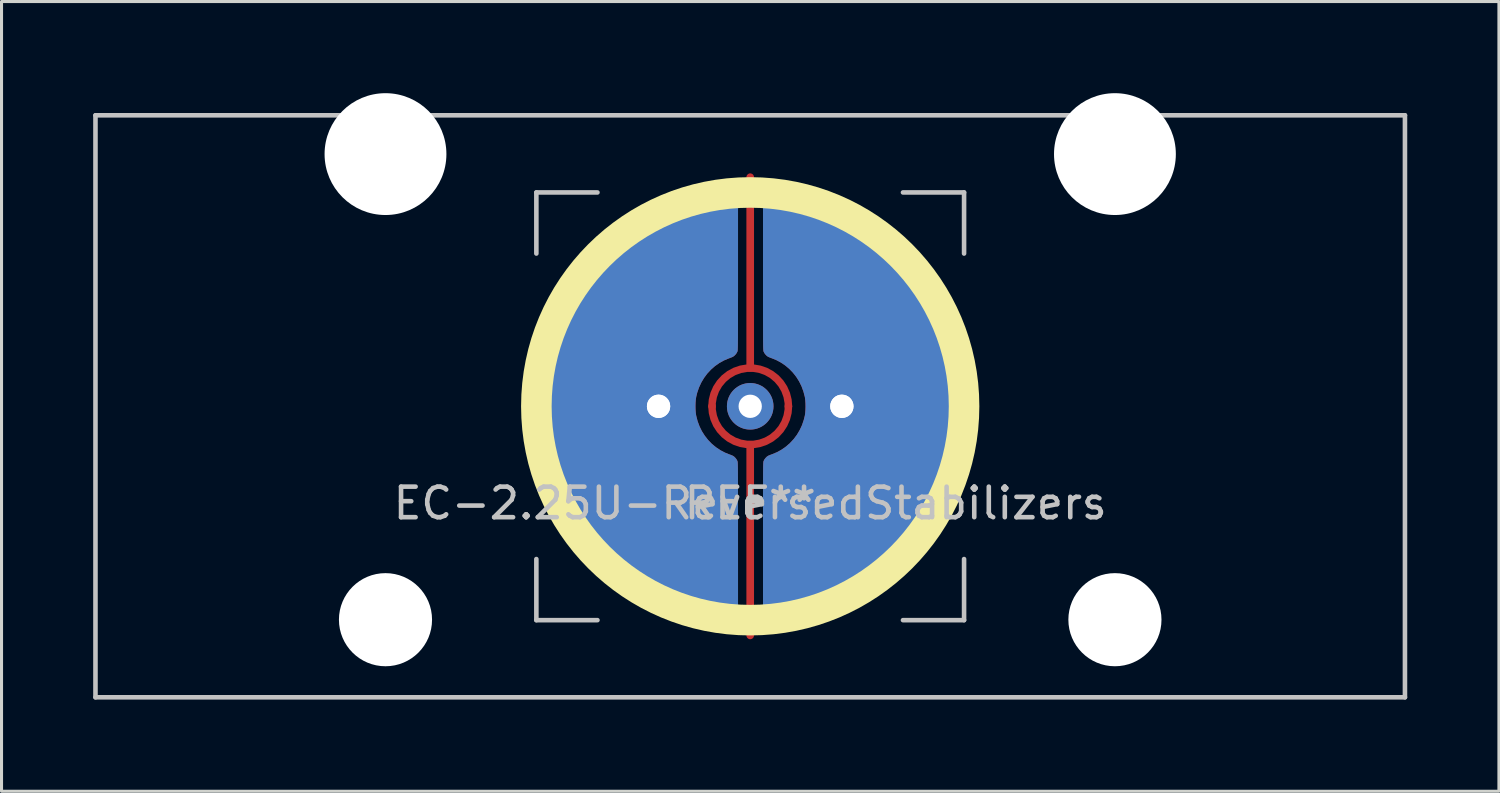
<source format=kicad_pcb>
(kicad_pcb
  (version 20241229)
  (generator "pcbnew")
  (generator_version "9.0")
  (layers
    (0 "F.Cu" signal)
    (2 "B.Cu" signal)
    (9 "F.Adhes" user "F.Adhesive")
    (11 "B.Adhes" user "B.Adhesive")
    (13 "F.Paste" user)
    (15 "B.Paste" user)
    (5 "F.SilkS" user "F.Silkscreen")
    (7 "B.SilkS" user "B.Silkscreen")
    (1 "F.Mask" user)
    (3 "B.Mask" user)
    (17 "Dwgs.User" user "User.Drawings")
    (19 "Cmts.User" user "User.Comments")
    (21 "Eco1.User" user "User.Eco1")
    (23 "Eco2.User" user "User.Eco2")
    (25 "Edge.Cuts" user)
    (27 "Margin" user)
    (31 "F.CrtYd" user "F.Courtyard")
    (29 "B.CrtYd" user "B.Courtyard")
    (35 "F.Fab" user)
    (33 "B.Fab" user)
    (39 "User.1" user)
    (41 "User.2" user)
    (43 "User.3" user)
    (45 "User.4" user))
  (footprint "EC-2.25U-ReversedStabilizers"
    (layer "F.Cu")
    (at 21.506 10.249)
    (property "Reference" "EC-2.25U-ReversedStabilizers" (at 0 3.175 0) (layer "Dwgs.User") (effects (font (size 1 1) (thickness 0.15))))
    (attr through_hole)
    (fp_circle (center 0 0) (end 7 0) (stroke (width 1) (type solid)) (fill no) (layer "F.SilkS"))
    (fp_line (start -21.431 -9.525) (end 21.431 -9.525) (stroke (width 0.15) (type solid)) (layer "Dwgs.User"))
    (fp_line (start -21.431 9.525) (end -21.431 -9.525) (stroke (width 0.15) (type solid)) (layer "Dwgs.User"))
    (fp_line (start -21.431 9.525) (end 21.431 9.525) (stroke (width 0.15) (type solid)) (layer "Dwgs.User"))
    (fp_line (start -7 -7) (end -7 -5) (stroke (width 0.15) (type solid)) (layer "Dwgs.User"))
    (fp_line (start -7 5) (end -7 7) (stroke (width 0.15) (type solid)) (layer "Dwgs.User"))
    (fp_line (start -7 7) (end -5 7) (stroke (width 0.15) (type solid)) (layer "Dwgs.User"))
    (fp_line (start -5 -7) (end -7 -7) (stroke (width 0.15) (type solid)) (layer "Dwgs.User"))
    (fp_line (start 5 -7) (end 7 -7) (stroke (width 0.15) (type solid)) (layer "Dwgs.User"))
    (fp_line (start 5 7) (end 7 7) (stroke (width 0.15) (type solid)) (layer "Dwgs.User"))
    (fp_line (start 7 -7) (end 7 -5) (stroke (width 0.15) (type solid)) (layer "Dwgs.User"))
    (fp_line (start 7 7) (end 7 5) (stroke (width 0.15) (type solid)) (layer "Dwgs.User"))
    (fp_line (start 21.431 -9.525) (end 21.431 9.525) (stroke (width 0.15) (type solid)) (layer "Dwgs.User"))
    (fp_text user "REF**" (at 0 3.175 0) (layer "Dwgs.User") (effects (font (size 1 1) (thickness 0.15))))
    (pad "" np_thru_hole circle (at -11.938 -8.255) (size 3.988 3.988) (drill 3.988) (layers "*.Cu" "*.Mask"))
    (pad "" np_thru_hole circle (at -11.938 6.985) (size 3.048 3.048) (drill 3.048) (layers "*.Cu" "*.Mask"))
    (pad "" thru_hole circle (at 0 0) (size 1.524 1.524) (drill 0.762) (layers "*.Cu" "B.Mask"))
    (pad "" np_thru_hole circle (at 11.938 -8.255) (size 3.988 3.988) (drill 3.988) (layers "*.Cu" "*.Mask"))
    (pad "" np_thru_hole circle (at 11.938 6.985) (size 3.048 3.048) (drill 3.048) (layers "*.Cu" "*.Mask"))
    (pad "1" thru_hole circle (at 3 0) (size 1.524 1.524) (drill 0.762) (layers "*.Cu" "B.Mask"))
    (pad "1" thru_hole custom (at 3 0) (size 1.524 1.524) (drill 0.762) (layers "F.Cu") (options (anchor circle)) (primitives (gr_poly (pts (xy -2.241 -7.099) (xy -2.176 -7.096) (xy -2.094 -7.089) (xy -2 -7.079) (xy -1.895 -7.065) (xy -1.782 -7.048) (xy -1.666 -7.029) (xy -1.548 -7.008) (xy -1.432 -6.986) (xy -1.322 -6.963) (xy -1.28 -6.954) (xy -0.92 -6.863) (xy -0.564 -6.752) (xy -0.215 -6.623) (xy 0.128 -6.476) (xy 0.463 -6.311) (xy 0.789 -6.128) (xy 1.105 -5.929) (xy 1.411 -5.714) (xy 1.672 -5.51) (xy 1.875 -5.335) (xy 2.079 -5.146) (xy 2.279 -4.947) (xy 2.47 -4.741) (xy 2.649 -4.534) (xy 2.719 -4.449) (xy 2.944 -4.151) (xy 3.153 -3.842) (xy 3.345 -3.522) (xy 3.521 -3.193) (xy 3.679 -2.855) (xy 3.82 -2.51) (xy 3.942 -2.157) (xy 4.046 -1.8) (xy 4.13 -1.437) (xy 4.148 -1.346) (xy 4.21 -0.973) (xy 4.251 -0.599) (xy 4.273 -0.225) (xy 4.275 0.149) (xy 4.257 0.523) (xy 4.22 0.895) (xy 4.163 1.264) (xy 4.087 1.631) (xy 3.992 1.993) (xy 3.877 2.351) (xy 3.758 2.668) (xy 3.608 3.015) (xy 3.44 3.352) (xy 3.254 3.679) (xy 3.051 3.997) (xy 2.83 4.305) (xy 2.593 4.602) (xy 2.514 4.694) (xy 2.461 4.753) (xy 2.397 4.822) (xy 2.324 4.899) (xy 2.246 4.979) (xy 2.166 5.059) (xy 2.087 5.137) (xy 2.013 5.209) (xy 1.946 5.272) (xy 1.917 5.298) (xy 1.631 5.543) (xy 1.334 5.771) (xy 1.026 5.982) (xy 0.707 6.177) (xy 0.379 6.354) (xy 0.042 6.515) (xy -0.302 6.657) (xy -0.654 6.781) (xy -1.013 6.887) (xy -1.377 6.975) (xy -1.747 7.043) (xy -1.971 7.074) (xy -2.07 7.086) (xy -2.151 7.094) (xy -2.216 7.099) (xy -2.267 7.101) (xy -2.305 7.099) (xy -2.329 7.095) (xy -2.403 7.067) (xy -2.468 7.021) (xy -2.522 6.962) (xy -2.555 6.907) (xy -2.581 6.85) (xy -2.581 4.348) (xy -2.581 4.084) (xy -2.581 3.838) (xy -2.581 3.612) (xy -2.581 3.403) (xy -2.581 3.211) (xy -2.581 3.035) (xy -2.581 2.875) (xy -2.58 2.729) (xy -2.58 2.598) (xy -2.58 2.48) (xy -2.58 2.375) (xy -2.579 2.281) (xy -2.579 2.199) (xy -2.578 2.126) (xy -2.577 2.064) (xy -2.577 2.01) (xy -2.576 1.964) (xy -2.575 1.926) (xy -2.574 1.894) (xy -2.573 1.869) (xy -2.571 1.848) (xy -2.57 1.832) (xy -2.569 1.819) (xy -2.567 1.809) (xy -2.565 1.801) (xy -2.563 1.795) (xy -2.563 1.794) (xy -2.54 1.747) (xy -2.504 1.698) (xy -2.463 1.655) (xy -2.42 1.624) (xy -2.414 1.62) (xy -2.386 1.608) (xy -2.347 1.592) (xy -2.303 1.575) (xy -2.288 1.57) (xy -2.124 1.502) (xy -1.971 1.417) (xy -1.827 1.316) (xy -1.696 1.2) (xy -1.577 1.072) (xy -1.471 0.931) (xy -1.381 0.779) (xy -1.305 0.617) (xy -1.247 0.446) (xy -1.213 0.31) (xy -1.2 0.221) (xy -1.192 0.119) (xy -1.189 0.011) (xy -1.191 -0.098) (xy -1.198 -0.202) (xy -1.21 -0.293) (xy -1.213 -0.31) (xy -1.259 -0.486) (xy -1.321 -0.655) (xy -1.4 -0.815) (xy -1.494 -0.964) (xy -1.603 -1.102) (xy -1.725 -1.228) (xy -1.859 -1.34) (xy -2.005 -1.437) (xy -2.161 -1.519) (xy -2.288 -1.57) (xy -2.332 -1.586) (xy -2.374 -1.603) (xy -2.407 -1.617) (xy -2.414 -1.62) (xy -2.456 -1.649) (xy -2.498 -1.691) (xy -2.535 -1.739) (xy -2.56 -1.787) (xy -2.563 -1.794) (xy -2.565 -1.8) (xy -2.567 -1.808) (xy -2.568 -1.817) (xy -2.57 -1.829) (xy -2.571 -1.845) (xy -2.572 -1.865) (xy -2.574 -1.89) (xy -2.575 -1.921) (xy -2.576 -1.958) (xy -2.577 -2.002) (xy -2.577 -2.054) (xy -2.578 -2.116) (xy -2.579 -2.186) (xy -2.579 -2.267) (xy -2.579 -2.359) (xy -2.58 -2.462) (xy -2.58 -2.578) (xy -2.58 -2.707) (xy -2.581 -2.85) (xy -2.581 -3.008) (xy -2.581 -3.181) (xy -2.581 -3.37) (xy -2.581 -3.576) (xy -2.581 -3.8) (xy -2.581 -4.042) (xy -2.581 -4.304) (xy -2.581 -4.349) (xy -2.581 -6.851) (xy -2.548 -6.917) (xy -2.51 -6.98) (xy -2.463 -7.028) (xy -2.402 -7.067) (xy -2.386 -7.074) (xy -2.355 -7.088) (xy -2.327 -7.095) (xy -2.294 -7.099) (xy -2.249 -7.099) (xy -2.241 -7.099)) (width 0) (fill yes))))
    (pad "2" thru_hole circle (at -3 0) (size 1.524 1.524) (drill 0.762) (layers "*.Cu" "B.Mask"))
    (pad "2" thru_hole custom (at -3 0) (size 1.524 1.524) (drill 0.762) (layers "F.Cu") (options (anchor circle)) (primitives (gr_poly (pts (xy 2.26 7.099) (xy 2.195 7.096) (xy 2.114 7.089) (xy 2.019 7.079) (xy 1.914 7.065) (xy 1.802 7.048) (xy 1.685 7.029) (xy 1.568 7.008) (xy 1.452 6.986) (xy 1.341 6.963) (xy 1.3 6.954) (xy 0.939 6.863) (xy 0.584 6.752) (xy 0.234 6.623) (xy -0.109 6.476) (xy -0.444 6.311) (xy -0.77 6.128) (xy -1.086 5.929) (xy -1.392 5.714) (xy -1.653 5.51) (xy -1.856 5.335) (xy -2.06 5.146) (xy -2.259 4.947) (xy -2.451 4.741) (xy -2.63 4.534) (xy -2.7 4.449) (xy -2.924 4.151) (xy -3.133 3.842) (xy -3.326 3.522) (xy -3.501 3.193) (xy -3.66 2.855) (xy -3.8 2.51) (xy -3.923 2.157) (xy -4.026 1.8) (xy -4.111 1.437) (xy -4.129 1.346) (xy -4.19 0.973) (xy -4.231 0.599) (xy -4.253 0.225) (xy -4.255 -0.149) (xy -4.237 -0.523) (xy -4.2 -0.895) (xy -4.144 -1.264) (xy -4.068 -1.631) (xy -3.973 -1.993) (xy -3.858 -2.351) (xy -3.739 -2.668) (xy -3.588 -3.015) (xy -3.42 -3.352) (xy -3.234 -3.679) (xy -3.031 -3.997) (xy -2.811 -4.305) (xy -2.573 -4.602) (xy -2.495 -4.694) (xy -2.442 -4.753) (xy -2.378 -4.822) (xy -2.305 -4.899) (xy -2.227 -4.979) (xy -2.147 -5.059) (xy -2.068 -5.137) (xy -1.994 -5.209) (xy -1.927 -5.272) (xy -1.898 -5.298) (xy -1.612 -5.543) (xy -1.314 -5.771) (xy -1.006 -5.982) (xy -0.688 -6.177) (xy -0.36 -6.354) (xy -0.023 -6.515) (xy 0.322 -6.657) (xy 0.674 -6.781) (xy 1.032 -6.887) (xy 1.397 -6.975) (xy 1.766 -7.043) (xy 1.99 -7.074) (xy 2.089 -7.086) (xy 2.171 -7.094) (xy 2.236 -7.099) (xy 2.287 -7.101) (xy 2.324 -7.099) (xy 2.348 -7.095) (xy 2.422 -7.067) (xy 2.488 -7.021) (xy 2.542 -6.962) (xy 2.574 -6.907) (xy 2.601 -6.85) (xy 2.601 -4.348) (xy 2.601 -4.084) (xy 2.601 -3.838) (xy 2.601 -3.612) (xy 2.6 -3.403) (xy 2.6 -3.211) (xy 2.6 -3.035) (xy 2.6 -2.875) (xy 2.6 -2.729) (xy 2.6 -2.598) (xy 2.599 -2.48) (xy 2.599 -2.375) (xy 2.599 -2.281) (xy 2.598 -2.199) (xy 2.597 -2.126) (xy 2.597 -2.064) (xy 2.596 -2.01) (xy 2.595 -1.964) (xy 2.594 -1.926) (xy 2.593 -1.894) (xy 2.592 -1.869) (xy 2.591 -1.848) (xy 2.589 -1.832) (xy 2.588 -1.819) (xy 2.586 -1.809) (xy 2.585 -1.801) (xy 2.583 -1.795) (xy 2.582 -1.794) (xy 2.559 -1.747) (xy 2.524 -1.698) (xy 2.482 -1.655) (xy 2.44 -1.624) (xy 2.434 -1.62) (xy 2.406 -1.608) (xy 2.366 -1.592) (xy 2.322 -1.575) (xy 2.307 -1.57) (xy 2.144 -1.502) (xy 1.99 -1.417) (xy 1.847 -1.316) (xy 1.715 -1.2) (xy 1.596 -1.072) (xy 1.491 -0.931) (xy 1.4 -0.779) (xy 1.325 -0.617) (xy 1.266 -0.446) (xy 1.233 -0.31) (xy 1.219 -0.221) (xy 1.211 -0.119) (xy 1.208 -0.011) (xy 1.21 0.098) (xy 1.217 0.202) (xy 1.23 0.293) (xy 1.233 0.31) (xy 1.278 0.486) (xy 1.341 0.655) (xy 1.419 0.815) (xy 1.514 0.964) (xy 1.622 1.102) (xy 1.744 1.228) (xy 1.879 1.34) (xy 2.024 1.437) (xy 2.181 1.519) (xy 2.307 1.57) (xy 2.352 1.586) (xy 2.394 1.603) (xy 2.426 1.617) (xy 2.434 1.62) (xy 2.476 1.649) (xy 2.518 1.691) (xy 2.554 1.739) (xy 2.58 1.787) (xy 2.582 1.794) (xy 2.584 1.8) (xy 2.586 1.808) (xy 2.588 1.817) (xy 2.589 1.829) (xy 2.591 1.845) (xy 2.592 1.865) (xy 2.593 1.89) (xy 2.594 1.921) (xy 2.595 1.958) (xy 2.596 2.002) (xy 2.597 2.054) (xy 2.597 2.116) (xy 2.598 2.186) (xy 2.598 2.267) (xy 2.599 2.359) (xy 2.599 2.462) (xy 2.6 2.578) (xy 2.6 2.707) (xy 2.6 2.85) (xy 2.6 3.008) (xy 2.6 3.181) (xy 2.6 3.37) (xy 2.601 3.576) (xy 2.601 3.8) (xy 2.601 4.042) (xy 2.601 4.304) (xy 2.601 4.349) (xy 2.601 6.851) (xy 2.568 6.917) (xy 2.53 6.98) (xy 2.483 7.028) (xy 2.422 7.067) (xy 2.406 7.074) (xy 2.375 7.088) (xy 2.346 7.095) (xy 2.313 7.099) (xy 2.268 7.099) (xy 2.26 7.099)) (width 0) (fill yes))))
    (pad "3" smd custom (at 0 -7.5) (size 0.25 0.25) (layers "F.Cu") (options (anchor circle)) (primitives (gr_line (start 0 6.25) (end 0 0) (width 0.25)) (gr_arc (start -1.25 7.5) (mid 0 6.25) (end 1.25 7.5) (width 0.25))))
    (pad "3" smd custom (at 0 7.5 180) (size 0.25 0.25) (layers "F.Cu") (options (anchor circle)) (primitives (gr_line (start 0 6.25) (end 0 0) (width 0.25)) (gr_arc (start -1.25 7.5) (mid 0 6.25) (end 1.25 7.5) (width 0.25)))))
  (gr_rect
    (start -3 -3)
    (end 46.013 22.849)
    (stroke (width 0.1) (type default))
    (fill no)
    (layer "Edge.Cuts")))
</source>
